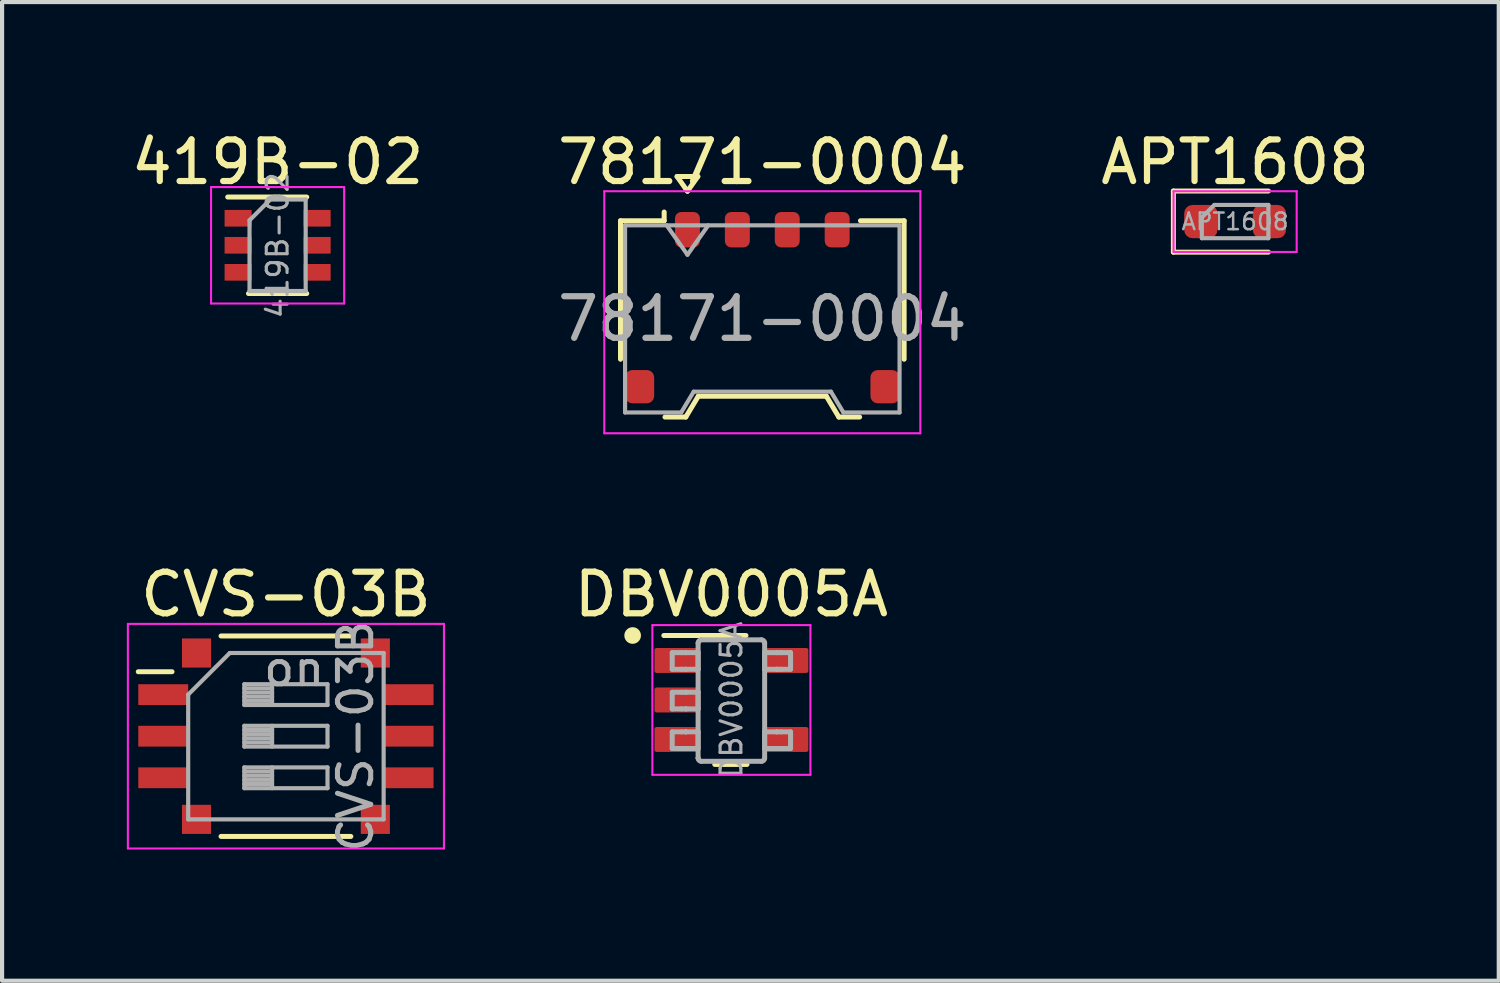
<source format=kicad_pcb>
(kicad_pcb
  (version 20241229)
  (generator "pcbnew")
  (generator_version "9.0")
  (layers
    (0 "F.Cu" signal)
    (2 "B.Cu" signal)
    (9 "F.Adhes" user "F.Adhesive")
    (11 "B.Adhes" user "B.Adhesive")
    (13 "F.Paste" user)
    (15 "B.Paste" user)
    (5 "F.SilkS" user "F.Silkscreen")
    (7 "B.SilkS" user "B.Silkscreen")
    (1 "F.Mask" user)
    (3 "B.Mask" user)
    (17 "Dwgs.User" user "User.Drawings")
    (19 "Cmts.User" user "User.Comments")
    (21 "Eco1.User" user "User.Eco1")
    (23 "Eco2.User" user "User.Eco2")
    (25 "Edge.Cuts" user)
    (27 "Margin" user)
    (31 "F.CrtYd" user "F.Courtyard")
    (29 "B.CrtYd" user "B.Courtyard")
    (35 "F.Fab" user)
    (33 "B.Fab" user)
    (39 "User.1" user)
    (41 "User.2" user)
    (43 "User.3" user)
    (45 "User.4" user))
  (footprint "78171-0004"
    (layer "F.Cu")
    (at 15.28 4.348)
    (property "Reference" "78171-0004" (at 0 -3.5 0) (layer "F.SilkS") (effects (font (size 1 1) (thickness 0.15))))
    (attr smd)
    (fp_line (start -3.41 -2.09) (end -2.36 -2.09) (stroke (width 0.12) (type solid)) (layer "F.SilkS"))
    (fp_line (start -3.41 1.24) (end -3.41 -2.09) (stroke (width 0.12) (type solid)) (layer "F.SilkS"))
    (fp_line (start -2.36 -2.09) (end -2.36 -2.3) (stroke (width 0.12) (type solid)) (layer "F.SilkS"))
    (fp_line (start -2.34 2.63) (end -1.84 2.63) (stroke (width 0.12) (type solid)) (layer "F.SilkS"))
    (fp_line (start -2.05 -3.154) (end -1.8 -2.8) (stroke (width 0.12) (type solid)) (layer "F.SilkS"))
    (fp_line (start -1.84 2.63) (end -1.54 2.13) (stroke (width 0.12) (type solid)) (layer "F.SilkS"))
    (fp_line (start -1.8 -2.8) (end -1.55 -3.154) (stroke (width 0.12) (type solid)) (layer "F.SilkS"))
    (fp_line (start -1.55 -3.154) (end -2.05 -3.154) (stroke (width 0.12) (type solid)) (layer "F.SilkS"))
    (fp_line (start -1.54 2.13) (end 1.54 2.13) (stroke (width 0.12) (type solid)) (layer "F.SilkS"))
    (fp_line (start 1.54 2.13) (end 1.84 2.63) (stroke (width 0.12) (type solid)) (layer "F.SilkS"))
    (fp_line (start 1.84 2.63) (end 2.34 2.63) (stroke (width 0.12) (type solid)) (layer "F.SilkS"))
    (fp_line (start 3.41 -2.09) (end 2.36 -2.09) (stroke (width 0.12) (type solid)) (layer "F.SilkS"))
    (fp_line (start 3.41 1.24) (end 3.41 -2.09) (stroke (width 0.12) (type solid)) (layer "F.SilkS"))
    (fp_line (start -3.8 -2.8) (end -3.8 3.02) (stroke (width 0.05) (type solid)) (layer "F.CrtYd"))
    (fp_line (start -3.8 3.02) (end 3.8 3.02) (stroke (width 0.05) (type solid)) (layer "F.CrtYd"))
    (fp_line (start 3.8 -2.8) (end -3.8 -2.8) (stroke (width 0.05) (type solid)) (layer "F.CrtYd"))
    (fp_line (start 3.8 3.02) (end 3.8 -2.8) (stroke (width 0.05) (type solid)) (layer "F.CrtYd"))
    (fp_line (start -3.3 -1.98) (end -3.3 2.52) (stroke (width 0.1) (type solid)) (layer "F.Fab"))
    (fp_line (start -3.3 -1.98) (end 3.3 -1.98) (stroke (width 0.1) (type solid)) (layer "F.Fab"))
    (fp_line (start -3.3 2.52) (end -1.95 2.52) (stroke (width 0.1) (type solid)) (layer "F.Fab"))
    (fp_line (start -2.3 -1.98) (end -1.8 -1.273) (stroke (width 0.1) (type solid)) (layer "F.Fab"))
    (fp_line (start -1.95 2.52) (end -1.65 2.02) (stroke (width 0.1) (type solid)) (layer "F.Fab"))
    (fp_line (start -1.8 -1.273) (end -1.3 -1.98) (stroke (width 0.1) (type solid)) (layer "F.Fab"))
    (fp_line (start -1.65 2.02) (end 1.65 2.02) (stroke (width 0.1) (type solid)) (layer "F.Fab"))
    (fp_line (start 1.65 2.02) (end 1.95 2.52) (stroke (width 0.1) (type solid)) (layer "F.Fab"))
    (fp_line (start 1.95 2.52) (end 3.3 2.52) (stroke (width 0.1) (type solid)) (layer "F.Fab"))
    (fp_line (start 3.3 -1.98) (end 3.3 2.52) (stroke (width 0.1) (type solid)) (layer "F.Fab"))
    (fp_text user "${REFERENCE}" (at 0 0.27 0) (layer "F.Fab") (effects (font (size 1 1) (thickness 0.15))))
    (pad "1" smd roundrect (at -1.8 -1.875) (size 0.6 0.85) (layers "F.Cu" "F.Mask" "F.Paste") (roundrect_rratio 0.25))
    (pad "2" smd roundrect (at -0.6 -1.875) (size 0.6 0.85) (layers "F.Cu" "F.Mask" "F.Paste") (roundrect_rratio 0.25))
    (pad "3" smd roundrect (at 0.6 -1.875) (size 0.6 0.85) (layers "F.Cu" "F.Mask" "F.Paste") (roundrect_rratio 0.25))
    (pad "4" smd roundrect (at 1.8 -1.875) (size 0.6 0.85) (layers "F.Cu" "F.Mask" "F.Paste") (roundrect_rratio 0.25))
    (pad "MP" smd roundrect (at -2.95 1.9) (size 0.7 0.8) (layers "F.Cu" "F.Mask" "F.Paste") (roundrect_rratio 0.25))
    (pad "MP" smd roundrect (at 2.95 1.9) (size 0.7 0.8) (layers "F.Cu" "F.Mask" "F.Paste") (roundrect_rratio 0.25)))
  (footprint "CVS-03B"
    (layer "F.Cu")
    (at 3.825 14.652)
    (property "Reference" "CVS-03B" (at 0 -3.41 0) (layer "F.SilkS") (effects (font (size 1 1) (thickness 0.15))))
    (attr smd)
    (fp_line (start -3.55 -1.55) (end -2.739 -1.55) (stroke (width 0.12) (type solid)) (layer "F.SilkS"))
    (fp_line (start -1.56 -2.41) (end 1.561 -2.41) (stroke (width 0.12) (type solid)) (layer "F.SilkS"))
    (fp_line (start -1.56 2.41) (end 1.561 2.41) (stroke (width 0.12) (type solid)) (layer "F.SilkS"))
    (fp_line (start -3.8 -2.7) (end -3.8 2.7) (stroke (width 0.05) (type solid)) (layer "F.CrtYd"))
    (fp_line (start -3.8 2.7) (end 3.8 2.7) (stroke (width 0.05) (type solid)) (layer "F.CrtYd"))
    (fp_line (start 3.8 -2.7) (end -3.8 -2.7) (stroke (width 0.05) (type solid)) (layer "F.CrtYd"))
    (fp_line (start 3.8 2.7) (end 3.8 -2.7) (stroke (width 0.05) (type solid)) (layer "F.CrtYd"))
    (fp_line (start -2.35 -1) (end -1.35 -2) (stroke (width 0.1) (type solid)) (layer "F.Fab"))
    (fp_line (start -2.35 2) (end -2.35 -1) (stroke (width 0.1) (type solid)) (layer "F.Fab"))
    (fp_line (start -1.35 -2) (end 2.35 -2) (stroke (width 0.1) (type solid)) (layer "F.Fab"))
    (fp_line (start -1 -1.25) (end -1 -0.75) (stroke (width 0.1) (type solid)) (layer "F.Fab"))
    (fp_line (start -1 -1.15) (end -0.333 -1.15) (stroke (width 0.1) (type solid)) (layer "F.Fab"))
    (fp_line (start -1 -1.05) (end -0.333 -1.05) (stroke (width 0.1) (type solid)) (layer "F.Fab"))
    (fp_line (start -1 -0.95) (end -0.333 -0.95) (stroke (width 0.1) (type solid)) (layer "F.Fab"))
    (fp_line (start -1 -0.85) (end -0.333 -0.85) (stroke (width 0.1) (type solid)) (layer "F.Fab"))
    (fp_line (start -1 -0.75) (end 1 -0.75) (stroke (width 0.1) (type solid)) (layer "F.Fab"))
    (fp_line (start -1 -0.25) (end -1 0.25) (stroke (width 0.1) (type solid)) (layer "F.Fab"))
    (fp_line (start -1 -0.15) (end -0.333 -0.15) (stroke (width 0.1) (type solid)) (layer "F.Fab"))
    (fp_line (start -1 -0.05) (end -0.333 -0.05) (stroke (width 0.1) (type solid)) (layer "F.Fab"))
    (fp_line (start -1 0.05) (end -0.333 0.05) (stroke (width 0.1) (type solid)) (layer "F.Fab"))
    (fp_line (start -1 0.15) (end -0.333 0.15) (stroke (width 0.1) (type solid)) (layer "F.Fab"))
    (fp_line (start -1 0.25) (end 1 0.25) (stroke (width 0.1) (type solid)) (layer "F.Fab"))
    (fp_line (start -1 0.75) (end -1 1.25) (stroke (width 0.1) (type solid)) (layer "F.Fab"))
    (fp_line (start -1 0.85) (end -0.333 0.85) (stroke (width 0.1) (type solid)) (layer "F.Fab"))
    (fp_line (start -1 0.95) (end -0.333 0.95) (stroke (width 0.1) (type solid)) (layer "F.Fab"))
    (fp_line (start -1 1.05) (end -0.333 1.05) (stroke (width 0.1) (type solid)) (layer "F.Fab"))
    (fp_line (start -1 1.15) (end -0.333 1.15) (stroke (width 0.1) (type solid)) (layer "F.Fab"))
    (fp_line (start -1 1.25) (end 1 1.25) (stroke (width 0.1) (type solid)) (layer "F.Fab"))
    (fp_line (start -0.333 -1.25) (end -0.333 -0.75) (stroke (width 0.1) (type solid)) (layer "F.Fab"))
    (fp_line (start -0.333 -0.25) (end -0.333 0.25) (stroke (width 0.1) (type solid)) (layer "F.Fab"))
    (fp_line (start -0.333 0.75) (end -0.333 1.25) (stroke (width 0.1) (type solid)) (layer "F.Fab"))
    (fp_line (start 1 -1.25) (end -1 -1.25) (stroke (width 0.1) (type solid)) (layer "F.Fab"))
    (fp_line (start 1 -0.75) (end 1 -1.25) (stroke (width 0.1) (type solid)) (layer "F.Fab"))
    (fp_line (start 1 -0.25) (end -1 -0.25) (stroke (width 0.1) (type solid)) (layer "F.Fab"))
    (fp_line (start 1 0.25) (end 1 -0.25) (stroke (width 0.1) (type solid)) (layer "F.Fab"))
    (fp_line (start 1 0.75) (end -1 0.75) (stroke (width 0.1) (type solid)) (layer "F.Fab"))
    (fp_line (start 1 1.25) (end 1 0.75) (stroke (width 0.1) (type solid)) (layer "F.Fab"))
    (fp_line (start 2.35 -2) (end 2.35 2) (stroke (width 0.1) (type solid)) (layer "F.Fab"))
    (fp_line (start 2.35 2) (end -2.35 2) (stroke (width 0.1) (type solid)) (layer "F.Fab"))
    (fp_text user "on" (at 0.2 -1.625 0) (layer "F.Fab") (effects (font (size 0.8 0.8) (thickness 0.12))))
    (fp_text user "${REFERENCE}" (at 1.675 0 90) (layer "F.Fab") (effects (font (size 0.8 0.8) (thickness 0.12))))
    (pad "1" smd rect (at -2.95 -1) (size 1.2 0.5) (layers "F.Cu" "F.Mask" "F.Paste"))
    (pad "2" smd rect (at -2.95 0) (size 1.2 0.5) (layers "F.Cu" "F.Mask" "F.Paste"))
    (pad "3" smd rect (at -2.95 1) (size 1.2 0.5) (layers "F.Cu" "F.Mask" "F.Paste"))
    (pad "4" smd rect (at 2.95 1) (size 1.2 0.5) (layers "F.Cu" "F.Mask" "F.Paste"))
    (pad "5" smd rect (at 2.95 0) (size 1.2 0.5) (layers "F.Cu" "F.Mask" "F.Paste"))
    (pad "6" smd rect (at 2.95 -1) (size 1.2 0.5) (layers "F.Cu" "F.Mask" "F.Paste"))
    (pad "7" smd rect (at -2.15 -2) (size 0.7 0.7) (layers "F.Cu" "F.Mask" "F.Paste"))
    (pad "7" smd rect (at -2.15 2) (size 0.7 0.7) (layers "F.Cu" "F.Mask" "F.Paste"))
    (pad "7" smd rect (at 2.15 -2) (size 0.7 0.7) (layers "F.Cu" "F.Mask" "F.Paste"))
    (pad "7" smd rect (at 2.15 2) (size 0.7 0.7) (layers "F.Cu" "F.Mask" "F.Paste")))
  (footprint "419B-02"
    (layer "F.Cu")
    (at 3.625 2.848)
    (property "Reference" "419B-02" (at 0 -2 0) (layer "F.SilkS") (effects (font (size 1 1) (thickness 0.15))))
    (attr smd)
    (fp_line (start -0.7 1.16) (end 0.7 1.16) (stroke (width 0.12) (type solid)) (layer "F.SilkS"))
    (fp_line (start 0.7 -1.16) (end -1.2 -1.16) (stroke (width 0.12) (type solid)) (layer "F.SilkS"))
    (fp_line (start -1.6 -1.4) (end -1.6 1.4) (stroke (width 0.05) (type solid)) (layer "F.CrtYd"))
    (fp_line (start -1.6 -1.4) (end 1.6 -1.4) (stroke (width 0.05) (type solid)) (layer "F.CrtYd"))
    (fp_line (start -1.6 1.4) (end 1.6 1.4) (stroke (width 0.05) (type solid)) (layer "F.CrtYd"))
    (fp_line (start 1.6 1.4) (end 1.6 -1.4) (stroke (width 0.05) (type solid)) (layer "F.CrtYd"))
    (fp_line (start -0.675 -0.6) (end -0.675 1.1) (stroke (width 0.1) (type solid)) (layer "F.Fab"))
    (fp_line (start -0.175 -1.1) (end -0.675 -0.6) (stroke (width 0.1) (type solid)) (layer "F.Fab"))
    (fp_line (start 0.675 -1.1) (end -0.175 -1.1) (stroke (width 0.1) (type solid)) (layer "F.Fab"))
    (fp_line (start 0.675 -1.1) (end 0.675 1.1) (stroke (width 0.1) (type solid)) (layer "F.Fab"))
    (fp_line (start 0.675 1.1) (end -0.675 1.1) (stroke (width 0.1) (type solid)) (layer "F.Fab"))
    (fp_text user "${REFERENCE}" (at 0 0 90) (layer "F.Fab") (effects (font (size 0.5 0.5) (thickness 0.075))))
    (pad "1" smd rect (at -0.95 -0.65) (size 0.65 0.4) (layers "F.Cu" "F.Mask" "F.Paste"))
    (pad "2" smd rect (at -0.95 0) (size 0.65 0.4) (layers "F.Cu" "F.Mask" "F.Paste"))
    (pad "3" smd rect (at -0.95 0.65) (size 0.65 0.4) (layers "F.Cu" "F.Mask" "F.Paste"))
    (pad "4" smd rect (at 0.95 0.65) (size 0.65 0.4) (layers "F.Cu" "F.Mask" "F.Paste"))
    (pad "5" smd rect (at 0.95 0) (size 0.65 0.4) (layers "F.Cu" "F.Mask" "F.Paste"))
    (pad "6" smd rect (at 0.95 -0.65) (size 0.65 0.4) (layers "F.Cu" "F.Mask" "F.Paste")))
  (footprint "DBV0005A"
    (layer "F.Cu")
    (at 14.537 13.781)
    (property "Reference" "DBV0005A" (at 0 -2.54 0) (layer "F.SilkS") (effects (font (size 1 1) (thickness 0.15))))
    (attr smd)
    (fp_line (start -1.625 -1.55) (end 0.35 -1.55) (stroke (width 0.12) (type solid)) (layer "F.SilkS"))
    (fp_line (start -0.4 1.55) (end 0.375 1.55) (stroke (width 0.12) (type solid)) (layer "F.SilkS"))
    (fp_circle (center -2.375 -1.55) (end -2.275 -1.55) (stroke (width 0.2) (type solid)) (fill no) (layer "F.SilkS"))
    (fp_line (start -1.9 -1.8) (end 1.9 -1.8) (stroke (width 0.05) (type solid)) (layer "F.CrtYd"))
    (fp_line (start -1.9 1.8) (end -1.9 -1.8) (stroke (width 0.05) (type solid)) (layer "F.CrtYd"))
    (fp_line (start 1.9 -1.8) (end 1.9 1.8) (stroke (width 0.05) (type solid)) (layer "F.CrtYd"))
    (fp_line (start 1.9 1.8) (end -1.9 1.8) (stroke (width 0.05) (type solid)) (layer "F.CrtYd"))
    (fp_line (start -1.423 -1.138) (end -1.199 -1.138) (stroke (width 0.12) (type solid)) (layer "F.Fab"))
    (fp_line (start -1.423 -0.738) (end -1.423 -1.138) (stroke (width 0.12) (type solid)) (layer "F.Fab"))
    (fp_line (start -1.423 -0.738) (end -1.199 -0.738) (stroke (width 0.12) (type solid)) (layer "F.Fab"))
    (fp_line (start -1.423 -0.186) (end -1.199 -0.186) (stroke (width 0.12) (type solid)) (layer "F.Fab"))
    (fp_line (start -1.423 0.215) (end -1.423 -0.186) (stroke (width 0.12) (type solid)) (layer "F.Fab"))
    (fp_line (start -1.423 0.215) (end -1.199 0.215) (stroke (width 0.12) (type solid)) (layer "F.Fab"))
    (fp_line (start -1.423 0.767) (end -1.199 0.767) (stroke (width 0.12) (type solid)) (layer "F.Fab"))
    (fp_line (start -1.423 1.167) (end -1.423 0.767) (stroke (width 0.12) (type solid)) (layer "F.Fab"))
    (fp_line (start -1.423 1.167) (end -1.199 1.167) (stroke (width 0.12) (type solid)) (layer "F.Fab"))
    (fp_line (start -1.199 -1.138) (end -1.105 -1.138) (stroke (width 0.12) (type solid)) (layer "F.Fab"))
    (fp_line (start -1.199 -0.738) (end -1.105 -0.738) (stroke (width 0.12) (type solid)) (layer "F.Fab"))
    (fp_line (start -1.199 -0.186) (end -1.105 -0.186) (stroke (width 0.12) (type solid)) (layer "F.Fab"))
    (fp_line (start -1.199 0.215) (end -1.105 0.215) (stroke (width 0.12) (type solid)) (layer "F.Fab"))
    (fp_line (start -1.199 0.767) (end -1.105 0.767) (stroke (width 0.12) (type solid)) (layer "F.Fab"))
    (fp_line (start -1.199 1.167) (end -1.105 1.167) (stroke (width 0.12) (type solid)) (layer "F.Fab"))
    (fp_line (start -1.105 -1.138) (end -1.088 -1.138) (stroke (width 0.12) (type solid)) (layer "F.Fab"))
    (fp_line (start -1.105 -0.738) (end -1.088 -0.738) (stroke (width 0.12) (type solid)) (layer "F.Fab"))
    (fp_line (start -1.105 -0.186) (end -1.088 -0.186) (stroke (width 0.12) (type solid)) (layer "F.Fab"))
    (fp_line (start -1.105 0.215) (end -1.088 0.215) (stroke (width 0.12) (type solid)) (layer "F.Fab"))
    (fp_line (start -1.105 0.767) (end -1.088 0.767) (stroke (width 0.12) (type solid)) (layer "F.Fab"))
    (fp_line (start -1.105 1.167) (end -1.088 1.167) (stroke (width 0.12) (type solid)) (layer "F.Fab"))
    (fp_line (start -1.088 -1.138) (end -0.835 -1.138) (stroke (width 0.12) (type solid)) (layer "F.Fab"))
    (fp_line (start -1.088 -0.738) (end -0.835 -0.738) (stroke (width 0.12) (type solid)) (layer "F.Fab"))
    (fp_line (start -1.088 -0.186) (end -0.835 -0.186) (stroke (width 0.12) (type solid)) (layer "F.Fab"))
    (fp_line (start -1.088 0.215) (end -0.835 0.215) (stroke (width 0.12) (type solid)) (layer "F.Fab"))
    (fp_line (start -1.088 0.767) (end -0.835 0.767) (stroke (width 0.12) (type solid)) (layer "F.Fab"))
    (fp_line (start -1.088 1.167) (end -0.835 1.167) (stroke (width 0.12) (type solid)) (layer "F.Fab"))
    (fp_line (start -0.835 -1.138) (end -0.801 -1.138) (stroke (width 0.12) (type solid)) (layer "F.Fab"))
    (fp_line (start -0.835 -0.738) (end -0.801 -0.738) (stroke (width 0.12) (type solid)) (layer "F.Fab"))
    (fp_line (start -0.835 -0.186) (end -0.801 -0.186) (stroke (width 0.12) (type solid)) (layer "F.Fab"))
    (fp_line (start -0.835 0.215) (end -0.801 0.215) (stroke (width 0.12) (type solid)) (layer "F.Fab"))
    (fp_line (start -0.835 0.767) (end -0.801 0.767) (stroke (width 0.12) (type solid)) (layer "F.Fab"))
    (fp_line (start -0.835 1.167) (end -0.801 1.167) (stroke (width 0.12) (type solid)) (layer "F.Fab"))
    (fp_line (start -0.801 -0.738) (end -0.801 -1.138) (stroke (width 0.12) (type solid)) (layer "F.Fab"))
    (fp_line (start -0.801 0.215) (end -0.801 -0.186) (stroke (width 0.12) (type solid)) (layer "F.Fab"))
    (fp_line (start -0.801 1.167) (end -0.801 0.767) (stroke (width 0.12) (type solid)) (layer "F.Fab"))
    (fp_line (start -0.801 1.399) (end -0.801 -1.37) (stroke (width 0.12) (type solid)) (layer "F.Fab"))
    (fp_line (start -0.801 1.4) (end -0.801 1.399) (stroke (width 0.12) (type solid)) (layer "F.Fab"))
    (fp_line (start -0.725 -1.446) (end 0.723 -1.446) (stroke (width 0.12) (type solid)) (layer "F.Fab"))
    (fp_line (start -0.725 1.475) (end 0.723 1.475) (stroke (width 0.12) (type solid)) (layer "F.Fab"))
    (fp_line (start 0.799 -1.138) (end 0.834 -1.138) (stroke (width 0.12) (type solid)) (layer "F.Fab"))
    (fp_line (start 0.799 -0.738) (end 0.799 -1.138) (stroke (width 0.12) (type solid)) (layer "F.Fab"))
    (fp_line (start 0.799 -0.738) (end 0.834 -0.738) (stroke (width 0.12) (type solid)) (layer "F.Fab"))
    (fp_line (start 0.799 0.767) (end 0.834 0.767) (stroke (width 0.12) (type solid)) (layer "F.Fab"))
    (fp_line (start 0.799 1.167) (end 0.799 0.767) (stroke (width 0.12) (type solid)) (layer "F.Fab"))
    (fp_line (start 0.799 1.167) (end 0.834 1.167) (stroke (width 0.12) (type solid)) (layer "F.Fab"))
    (fp_line (start 0.799 1.399) (end 0.799 -1.37) (stroke (width 0.12) (type solid)) (layer "F.Fab"))
    (fp_line (start 0.834 -1.138) (end 1.087 -1.138) (stroke (width 0.12) (type solid)) (layer "F.Fab"))
    (fp_line (start 0.834 -0.738) (end 1.087 -0.738) (stroke (width 0.12) (type solid)) (layer "F.Fab"))
    (fp_line (start 0.834 0.767) (end 1.087 0.767) (stroke (width 0.12) (type solid)) (layer "F.Fab"))
    (fp_line (start 0.834 1.167) (end 1.087 1.167) (stroke (width 0.12) (type solid)) (layer "F.Fab"))
    (fp_line (start 1.087 -1.138) (end 1.103 -1.138) (stroke (width 0.12) (type solid)) (layer "F.Fab"))
    (fp_line (start 1.087 -0.738) (end 1.103 -0.738) (stroke (width 0.12) (type solid)) (layer "F.Fab"))
    (fp_line (start 1.087 0.767) (end 1.103 0.767) (stroke (width 0.12) (type solid)) (layer "F.Fab"))
    (fp_line (start 1.087 1.167) (end 1.103 1.167) (stroke (width 0.12) (type solid)) (layer "F.Fab"))
    (fp_line (start 1.103 -1.138) (end 1.198 -1.138) (stroke (width 0.12) (type solid)) (layer "F.Fab"))
    (fp_line (start 1.103 -0.738) (end 1.198 -0.738) (stroke (width 0.12) (type solid)) (layer "F.Fab"))
    (fp_line (start 1.103 0.767) (end 1.198 0.767) (stroke (width 0.12) (type solid)) (layer "F.Fab"))
    (fp_line (start 1.103 1.167) (end 1.198 1.167) (stroke (width 0.12) (type solid)) (layer "F.Fab"))
    (fp_line (start 1.198 -1.138) (end 1.422 -1.138) (stroke (width 0.12) (type solid)) (layer "F.Fab"))
    (fp_line (start 1.198 -0.738) (end 1.422 -0.738) (stroke (width 0.12) (type solid)) (layer "F.Fab"))
    (fp_line (start 1.198 0.767) (end 1.422 0.767) (stroke (width 0.12) (type solid)) (layer "F.Fab"))
    (fp_line (start 1.198 1.167) (end 1.422 1.167) (stroke (width 0.12) (type solid)) (layer "F.Fab"))
    (fp_line (start 1.422 -0.738) (end 1.422 -1.138) (stroke (width 0.12) (type solid)) (layer "F.Fab"))
    (fp_line (start 1.422 1.167) (end 1.422 0.767) (stroke (width 0.12) (type solid)) (layer "F.Fab"))
    (fp_arc (start -0.80075 -1.369792) (mid -0.77896 -1.423143) (end -0.726051 -1.445984) (stroke (width 0.12) (type solid)) (layer "F.Fab"))
    (fp_arc (start -0.724553 1.475001) (mid -0.777896 1.453214) (end -0.800733 1.400313) (stroke (width 0.12) (type solid)) (layer "F.Fab"))
    (fp_arc (start 0.723255 -1.445999) (mid 0.776606 -1.424209) (end 0.799447 -1.3713) (stroke (width 0.12) (type solid)) (layer "F.Fab"))
    (fp_arc (start 0.799443 1.400264) (mid 0.77662 1.453194) (end 0.723262 1.474996) (stroke (width 0.12) (type solid)) (layer "F.Fab"))
    (fp_text user "${REFERENCE}" (at 0 0 90) (layer "F.Fab") (effects (font (size 0.5 0.5) (thickness 0.075))))
    (pad "1" smd roundrect (at -1.3 -0.95) (size 1.1 0.6) (layers "F.Cu" "F.Mask" "F.Paste") (roundrect_rratio 0.083))
    (pad "2" smd roundrect (at -1.3 0) (size 1.1 0.6) (layers "F.Cu" "F.Mask" "F.Paste") (roundrect_rratio 0.083))
    (pad "3" smd roundrect (at -1.3 0.95) (size 1.1 0.6) (layers "F.Cu" "F.Mask" "F.Paste") (roundrect_rratio 0.083))
    (pad "4" smd roundrect (at 1.3 0.95) (size 1.1 0.6) (layers "F.Cu" "F.Mask" "F.Paste") (roundrect_rratio 0.083))
    (pad "5" smd roundrect (at 1.3 -0.95) (size 1.1 0.6) (layers "F.Cu" "F.Mask" "F.Paste") (roundrect_rratio 0.083)))
  (footprint "APT1608"
    (layer "F.Cu")
    (at 26.649 2.278)
    (property "Reference" "APT1608" (at 0 -1.43 0) (layer "F.SilkS") (effects (font (size 1 1) (thickness 0.15))))
    (attr smd)
    (fp_line (start -1.485 -0.735) (end -1.485 0.735) (stroke (width 0.12) (type solid)) (layer "F.SilkS"))
    (fp_line (start -1.485 0.735) (end 0.8 0.735) (stroke (width 0.12) (type solid)) (layer "F.SilkS"))
    (fp_line (start 0.8 -0.735) (end -1.485 -0.735) (stroke (width 0.12) (type solid)) (layer "F.SilkS"))
    (fp_line (start -1.48 -0.73) (end 1.48 -0.73) (stroke (width 0.05) (type solid)) (layer "F.CrtYd"))
    (fp_line (start -1.48 0.73) (end -1.48 -0.73) (stroke (width 0.05) (type solid)) (layer "F.CrtYd"))
    (fp_line (start 1.48 -0.73) (end 1.48 0.73) (stroke (width 0.05) (type solid)) (layer "F.CrtYd"))
    (fp_line (start 1.48 0.73) (end -1.48 0.73) (stroke (width 0.05) (type solid)) (layer "F.CrtYd"))
    (fp_line (start -0.8 -0.1) (end -0.8 0.4) (stroke (width 0.1) (type solid)) (layer "F.Fab"))
    (fp_line (start -0.8 0.4) (end 0.8 0.4) (stroke (width 0.1) (type solid)) (layer "F.Fab"))
    (fp_line (start -0.5 -0.4) (end -0.8 -0.1) (stroke (width 0.1) (type solid)) (layer "F.Fab"))
    (fp_line (start 0.8 -0.4) (end -0.5 -0.4) (stroke (width 0.1) (type solid)) (layer "F.Fab"))
    (fp_line (start 0.8 0.4) (end 0.8 -0.4) (stroke (width 0.1) (type solid)) (layer "F.Fab"))
    (fp_text user "${REFERENCE}" (at 0 0 0) (layer "F.Fab") (effects (font (size 0.4 0.4) (thickness 0.06))))
    (pad "1" smd roundrect (at -0.825 0) (size 0.8 0.8) (layers "F.Cu" "F.Mask" "F.Paste") (roundrect_rratio 0.25))
    (pad "2" smd roundrect (at 0.825 0) (size 0.8 0.8) (layers "F.Cu" "F.Mask" "F.Paste") (roundrect_rratio 0.25)))
  (gr_rect
    (start -3 -3)
    (end 32.988 20.532)
    (stroke (width 0.1) (type default))
    (fill no)
    (layer "Edge.Cuts")))
</source>
